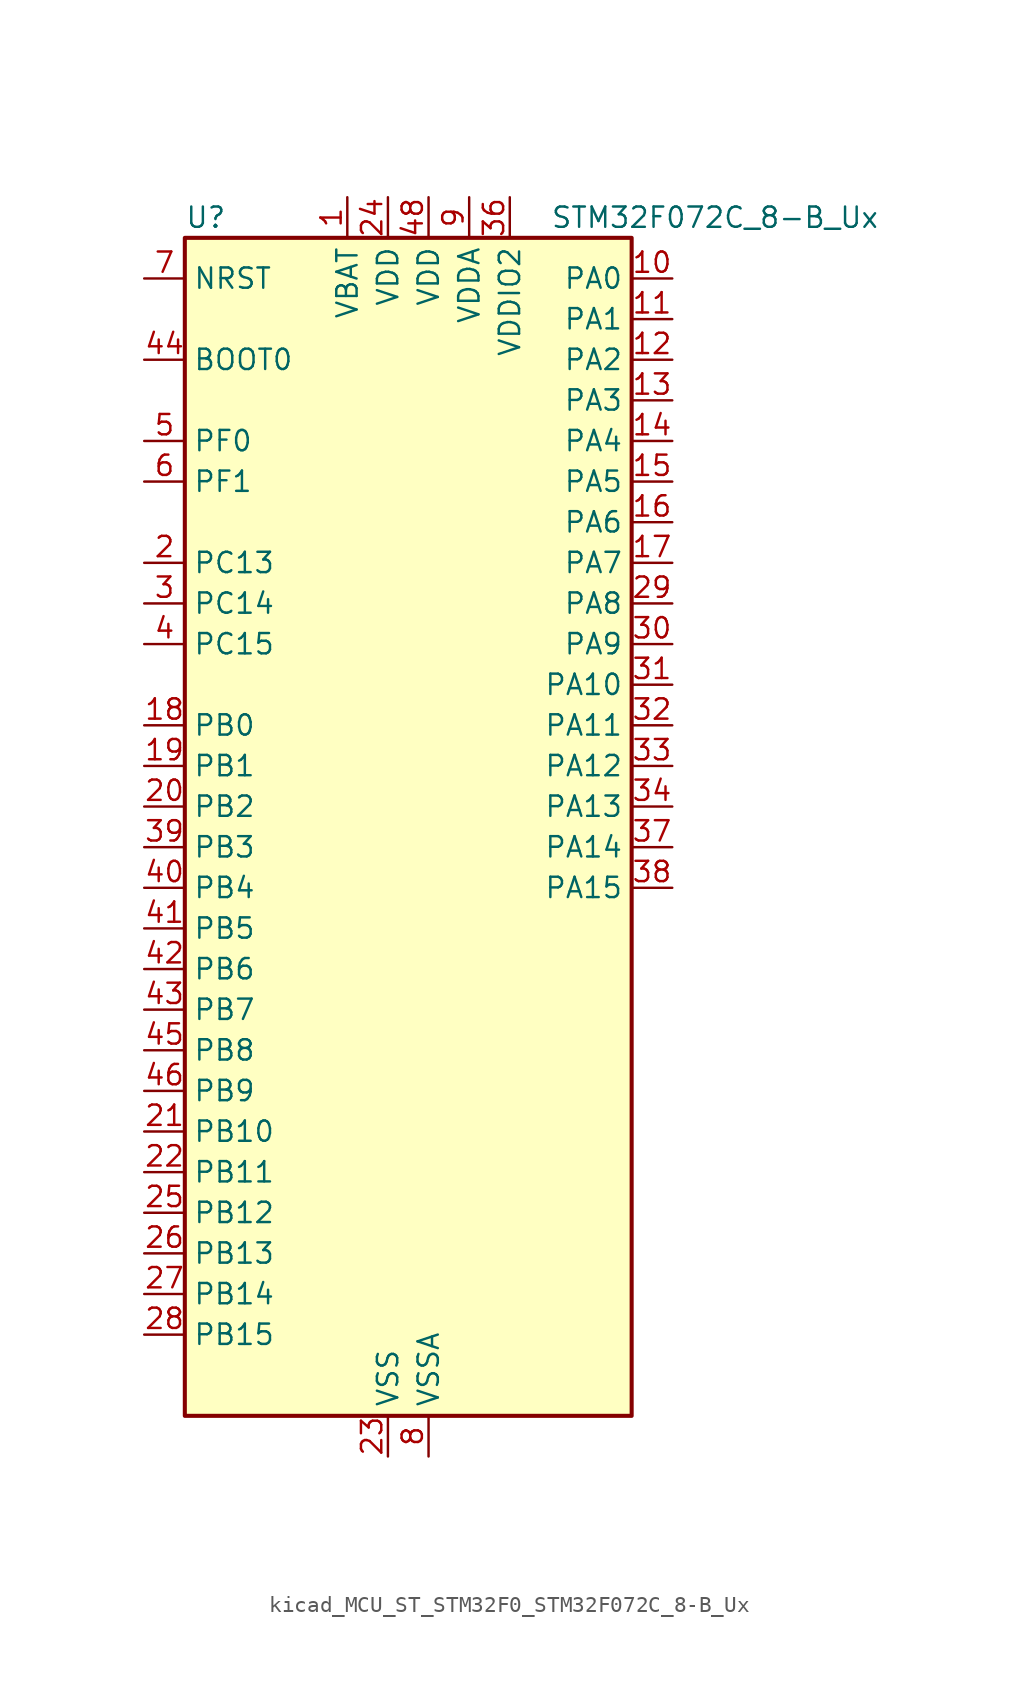
<source format=kicad_sym>
(kicad_symbol_lib
  (version 20220914)
  (generator kicad_symbol_editor)
  (symbol "kicad_MCU_ST_STM32F0_STM32F072C_8-B_Ux"
    (property "Reference" "U"
      (at -12.7 39.37 0)
      (effects (font (size 1.27 1.27)) (justify left)))
    (property "Value" "STM32F072C_8-B_Ux"
      (at 10.16 39.37 0)
      (effects (font (size 1.27 1.27)) (justify left)))
    (property "ki_locked" ""
      (at 0 0 0)
      (effects (font (size 1.27 1.27))))
    (symbol "kicad_MCU_ST_STM32F0_STM32F072C_8-B_Ux_0_1"
      (rectangle (start -12.7 -35.56) (end 15.24 38.1) (stroke (width 0.254) (type default)) (fill (type background))))
    (symbol "kicad_MCU_ST_STM32F0_STM32F072C_8-B_Ux_1_1"
      (pin power_in line (at -2.54 40.64 270) (length 2.54) (name "VBAT" (effects (font (size 1.27 1.27)))) (number "1" (effects (font (size 1.27 1.27)))))
      (pin bidirectional line (at 17.78 35.56 180) (length 2.54) (name "PA0" (effects (font (size 1.27 1.27)))) (number "10" (effects (font (size 1.27 1.27)))) (alternate "ADC_IN0" bidirectional line) (alternate "COMP1_INM" bidirectional line) (alternate "COMP1_OUT" bidirectional line) (alternate "RTC_TAMP2" bidirectional line) (alternate "SYS_WKUP1" bidirectional line) (alternate "TIM2_CH1" bidirectional line) (alternate "TIM2_ETR" bidirectional line) (alternate "TSC_G1_IO1" bidirectional line) (alternate "USART2_CTS" bidirectional line) (alternate "USART4_TX" bidirectional line))
      (pin bidirectional line (at 17.78 33.02 180) (length 2.54) (name "PA1" (effects (font (size 1.27 1.27)))) (number "11" (effects (font (size 1.27 1.27)))) (alternate "ADC_IN1" bidirectional line) (alternate "COMP1_INP" bidirectional line) (alternate "TIM15_CH1N" bidirectional line) (alternate "TIM2_CH2" bidirectional line) (alternate "TSC_G1_IO2" bidirectional line) (alternate "USART2_DE" bidirectional line) (alternate "USART2_RTS" bidirectional line) (alternate "USART4_RX" bidirectional line))
      (pin bidirectional line (at 17.78 30.48 180) (length 2.54) (name "PA2" (effects (font (size 1.27 1.27)))) (number "12" (effects (font (size 1.27 1.27)))) (alternate "ADC_IN2" bidirectional line) (alternate "COMP2_INM" bidirectional line) (alternate "COMP2_OUT" bidirectional line) (alternate "SYS_WKUP4" bidirectional line) (alternate "TIM15_CH1" bidirectional line) (alternate "TIM2_CH3" bidirectional line) (alternate "TSC_G1_IO3" bidirectional line) (alternate "USART2_TX" bidirectional line))
      (pin bidirectional line (at 17.78 27.94 180) (length 2.54) (name "PA3" (effects (font (size 1.27 1.27)))) (number "13" (effects (font (size 1.27 1.27)))) (alternate "ADC_IN3" bidirectional line) (alternate "COMP2_INP" bidirectional line) (alternate "TIM15_CH2" bidirectional line) (alternate "TIM2_CH4" bidirectional line) (alternate "TSC_G1_IO4" bidirectional line) (alternate "USART2_RX" bidirectional line))
      (pin bidirectional line (at 17.78 25.4 180) (length 2.54) (name "PA4" (effects (font (size 1.27 1.27)))) (number "14" (effects (font (size 1.27 1.27)))) (alternate "ADC_IN4" bidirectional line) (alternate "COMP1_INM" bidirectional line) (alternate "COMP2_INM" bidirectional line) (alternate "DAC_OUT1" bidirectional line) (alternate "I2S1_WS" bidirectional line) (alternate "SPI1_NSS" bidirectional line) (alternate "TIM14_CH1" bidirectional line) (alternate "TSC_G2_IO1" bidirectional line) (alternate "USART2_CK" bidirectional line))
      (pin bidirectional line (at 17.78 22.86 180) (length 2.54) (name "PA5" (effects (font (size 1.27 1.27)))) (number "15" (effects (font (size 1.27 1.27)))) (alternate "ADC_IN5" bidirectional line) (alternate "CEC" bidirectional line) (alternate "COMP1_INM" bidirectional line) (alternate "COMP2_INM" bidirectional line) (alternate "DAC_OUT2" bidirectional line) (alternate "I2S1_CK" bidirectional line) (alternate "SPI1_SCK" bidirectional line) (alternate "TIM2_CH1" bidirectional line) (alternate "TIM2_ETR" bidirectional line) (alternate "TSC_G2_IO2" bidirectional line))
      (pin bidirectional line (at 17.78 20.32 180) (length 2.54) (name "PA6" (effects (font (size 1.27 1.27)))) (number "16" (effects (font (size 1.27 1.27)))) (alternate "ADC_IN6" bidirectional line) (alternate "COMP1_OUT" bidirectional line) (alternate "I2S1_MCK" bidirectional line) (alternate "SPI1_MISO" bidirectional line) (alternate "TIM16_CH1" bidirectional line) (alternate "TIM1_BKIN" bidirectional line) (alternate "TIM3_CH1" bidirectional line) (alternate "TSC_G2_IO3" bidirectional line) (alternate "USART3_CTS" bidirectional line))
      (pin bidirectional line (at 17.78 17.78 180) (length 2.54) (name "PA7" (effects (font (size 1.27 1.27)))) (number "17" (effects (font (size 1.27 1.27)))) (alternate "ADC_IN7" bidirectional line) (alternate "COMP2_OUT" bidirectional line) (alternate "I2S1_SD" bidirectional line) (alternate "SPI1_MOSI" bidirectional line) (alternate "TIM14_CH1" bidirectional line) (alternate "TIM17_CH1" bidirectional line) (alternate "TIM1_CH1N" bidirectional line) (alternate "TIM3_CH2" bidirectional line) (alternate "TSC_G2_IO4" bidirectional line))
      (pin bidirectional line (at -15.24 7.62 0) (length 2.54) (name "PB0" (effects (font (size 1.27 1.27)))) (number "18" (effects (font (size 1.27 1.27)))) (alternate "ADC_IN8" bidirectional line) (alternate "TIM1_CH2N" bidirectional line) (alternate "TIM3_CH3" bidirectional line) (alternate "TSC_G3_IO2" bidirectional line) (alternate "USART3_CK" bidirectional line))
      (pin bidirectional line (at -15.24 5.08 0) (length 2.54) (name "PB1" (effects (font (size 1.27 1.27)))) (number "19" (effects (font (size 1.27 1.27)))) (alternate "ADC_IN9" bidirectional line) (alternate "TIM14_CH1" bidirectional line) (alternate "TIM1_CH3N" bidirectional line) (alternate "TIM3_CH4" bidirectional line) (alternate "TSC_G3_IO3" bidirectional line) (alternate "USART3_DE" bidirectional line) (alternate "USART3_RTS" bidirectional line))
      (pin bidirectional line (at -15.24 17.78 0) (length 2.54) (name "PC13" (effects (font (size 1.27 1.27)))) (number "2" (effects (font (size 1.27 1.27)))) (alternate "RTC_OUT_ALARM" bidirectional line) (alternate "RTC_OUT_CALIB" bidirectional line) (alternate "RTC_TAMP1" bidirectional line) (alternate "RTC_TS" bidirectional line) (alternate "SYS_WKUP2" bidirectional line))
      (pin bidirectional line (at -15.24 2.54 0) (length 2.54) (name "PB2" (effects (font (size 1.27 1.27)))) (number "20" (effects (font (size 1.27 1.27)))) (alternate "TSC_G3_IO4" bidirectional line))
      (pin bidirectional line (at -15.24 -17.78 0) (length 2.54) (name "PB10" (effects (font (size 1.27 1.27)))) (number "21" (effects (font (size 1.27 1.27)))) (alternate "CEC" bidirectional line) (alternate "I2C2_SCL" bidirectional line) (alternate "I2S2_CK" bidirectional line) (alternate "SPI2_SCK" bidirectional line) (alternate "TIM2_CH3" bidirectional line) (alternate "TSC_SYNC" bidirectional line) (alternate "USART3_TX" bidirectional line))
      (pin bidirectional line (at -15.24 -20.32 0) (length 2.54) (name "PB11" (effects (font (size 1.27 1.27)))) (number "22" (effects (font (size 1.27 1.27)))) (alternate "I2C2_SDA" bidirectional line) (alternate "TIM2_CH4" bidirectional line) (alternate "TSC_G6_IO1" bidirectional line) (alternate "USART3_RX" bidirectional line))
      (pin power_in line (at 0 -38.1 90) (length 2.54) (name "VSS" (effects (font (size 1.27 1.27)))) (number "23" (effects (font (size 1.27 1.27)))))
      (pin power_in line (at 0 40.64 270) (length 2.54) (name "VDD" (effects (font (size 1.27 1.27)))) (number "24" (effects (font (size 1.27 1.27)))))
      (pin bidirectional line (at -15.24 -22.86 0) (length 2.54) (name "PB12" (effects (font (size 1.27 1.27)))) (number "25" (effects (font (size 1.27 1.27)))) (alternate "I2S2_WS" bidirectional line) (alternate "SPI2_NSS" bidirectional line) (alternate "TIM15_BKIN" bidirectional line) (alternate "TIM1_BKIN" bidirectional line) (alternate "TSC_G6_IO2" bidirectional line) (alternate "USART3_CK" bidirectional line))
      (pin bidirectional line (at -15.24 -25.4 0) (length 2.54) (name "PB13" (effects (font (size 1.27 1.27)))) (number "26" (effects (font (size 1.27 1.27)))) (alternate "I2C2_SCL" bidirectional line) (alternate "I2S2_CK" bidirectional line) (alternate "SPI2_SCK" bidirectional line) (alternate "TIM1_CH1N" bidirectional line) (alternate "TSC_G6_IO3" bidirectional line) (alternate "USART3_CTS" bidirectional line))
      (pin bidirectional line (at -15.24 -27.94 0) (length 2.54) (name "PB14" (effects (font (size 1.27 1.27)))) (number "27" (effects (font (size 1.27 1.27)))) (alternate "I2C2_SDA" bidirectional line) (alternate "I2S2_MCK" bidirectional line) (alternate "SPI2_MISO" bidirectional line) (alternate "TIM15_CH1" bidirectional line) (alternate "TIM1_CH2N" bidirectional line) (alternate "TSC_G6_IO4" bidirectional line) (alternate "USART3_DE" bidirectional line) (alternate "USART3_RTS" bidirectional line))
      (pin bidirectional line (at -15.24 -30.48 0) (length 2.54) (name "PB15" (effects (font (size 1.27 1.27)))) (number "28" (effects (font (size 1.27 1.27)))) (alternate "I2S2_SD" bidirectional line) (alternate "RTC_REFIN" bidirectional line) (alternate "SPI2_MOSI" bidirectional line) (alternate "SYS_WKUP7" bidirectional line) (alternate "TIM15_CH1N" bidirectional line) (alternate "TIM15_CH2" bidirectional line) (alternate "TIM1_CH3N" bidirectional line))
      (pin bidirectional line (at 17.78 15.24 180) (length 2.54) (name "PA8" (effects (font (size 1.27 1.27)))) (number "29" (effects (font (size 1.27 1.27)))) (alternate "CRS_SYNC" bidirectional line) (alternate "RCC_MCO" bidirectional line) (alternate "TIM1_CH1" bidirectional line) (alternate "USART1_CK" bidirectional line))
      (pin bidirectional line (at -15.24 15.24 0) (length 2.54) (name "PC14" (effects (font (size 1.27 1.27)))) (number "3" (effects (font (size 1.27 1.27)))) (alternate "RCC_OSC32_IN" bidirectional line))
      (pin bidirectional line (at 17.78 12.7 180) (length 2.54) (name "PA9" (effects (font (size 1.27 1.27)))) (number "30" (effects (font (size 1.27 1.27)))) (alternate "DAC_EXTI9" bidirectional line) (alternate "TIM15_BKIN" bidirectional line) (alternate "TIM1_CH2" bidirectional line) (alternate "TSC_G4_IO1" bidirectional line) (alternate "USART1_TX" bidirectional line))
      (pin bidirectional line (at 17.78 10.16 180) (length 2.54) (name "PA10" (effects (font (size 1.27 1.27)))) (number "31" (effects (font (size 1.27 1.27)))) (alternate "TIM17_BKIN" bidirectional line) (alternate "TIM1_CH3" bidirectional line) (alternate "TSC_G4_IO2" bidirectional line) (alternate "USART1_RX" bidirectional line))
      (pin bidirectional line (at 17.78 7.62 180) (length 2.54) (name "PA11" (effects (font (size 1.27 1.27)))) (number "32" (effects (font (size 1.27 1.27)))) (alternate "CAN_RX" bidirectional line) (alternate "COMP1_OUT" bidirectional line) (alternate "TIM1_CH4" bidirectional line) (alternate "TSC_G4_IO3" bidirectional line) (alternate "USART1_CTS" bidirectional line) (alternate "USB_DM" bidirectional line))
      (pin bidirectional line (at 17.78 5.08 180) (length 2.54) (name "PA12" (effects (font (size 1.27 1.27)))) (number "33" (effects (font (size 1.27 1.27)))) (alternate "CAN_TX" bidirectional line) (alternate "COMP2_OUT" bidirectional line) (alternate "TIM1_ETR" bidirectional line) (alternate "TSC_G4_IO4" bidirectional line) (alternate "USART1_DE" bidirectional line) (alternate "USART1_RTS" bidirectional line) (alternate "USB_DP" bidirectional line))
      (pin bidirectional line (at 17.78 2.54 180) (length 2.54) (name "PA13" (effects (font (size 1.27 1.27)))) (number "34" (effects (font (size 1.27 1.27)))) (alternate "IR_OUT" bidirectional line) (alternate "SYS_SWDIO" bidirectional line) (alternate "USB_NOE" bidirectional line))
      (pin passive line (at 0 -38.1 90) (length 2.54) hide (name "VSS" (effects (font (size 1.27 1.27)))) (number "35" (effects (font (size 1.27 1.27)))))
      (pin power_in line (at 7.62 40.64 270) (length 2.54) (name "VDDIO2" (effects (font (size 1.27 1.27)))) (number "36" (effects (font (size 1.27 1.27)))))
      (pin bidirectional line (at 17.78 0 180) (length 2.54) (name "PA14" (effects (font (size 1.27 1.27)))) (number "37" (effects (font (size 1.27 1.27)))) (alternate "SYS_SWCLK" bidirectional line) (alternate "USART2_TX" bidirectional line))
      (pin bidirectional line (at 17.78 -2.54 180) (length 2.54) (name "PA15" (effects (font (size 1.27 1.27)))) (number "38" (effects (font (size 1.27 1.27)))) (alternate "I2S1_WS" bidirectional line) (alternate "SPI1_NSS" bidirectional line) (alternate "TIM2_CH1" bidirectional line) (alternate "TIM2_ETR" bidirectional line) (alternate "USART2_RX" bidirectional line) (alternate "USART4_DE" bidirectional line) (alternate "USART4_RTS" bidirectional line))
      (pin bidirectional line (at -15.24 0 0) (length 2.54) (name "PB3" (effects (font (size 1.27 1.27)))) (number "39" (effects (font (size 1.27 1.27)))) (alternate "I2S1_CK" bidirectional line) (alternate "SPI1_SCK" bidirectional line) (alternate "TIM2_CH2" bidirectional line) (alternate "TSC_G5_IO1" bidirectional line))
      (pin bidirectional line (at -15.24 12.7 0) (length 2.54) (name "PC15" (effects (font (size 1.27 1.27)))) (number "4" (effects (font (size 1.27 1.27)))) (alternate "RCC_OSC32_OUT" bidirectional line))
      (pin bidirectional line (at -15.24 -2.54 0) (length 2.54) (name "PB4" (effects (font (size 1.27 1.27)))) (number "40" (effects (font (size 1.27 1.27)))) (alternate "I2S1_MCK" bidirectional line) (alternate "SPI1_MISO" bidirectional line) (alternate "TIM17_BKIN" bidirectional line) (alternate "TIM3_CH1" bidirectional line) (alternate "TSC_G5_IO2" bidirectional line))
      (pin bidirectional line (at -15.24 -5.08 0) (length 2.54) (name "PB5" (effects (font (size 1.27 1.27)))) (number "41" (effects (font (size 1.27 1.27)))) (alternate "I2C1_SMBA" bidirectional line) (alternate "I2S1_SD" bidirectional line) (alternate "SPI1_MOSI" bidirectional line) (alternate "SYS_WKUP6" bidirectional line) (alternate "TIM16_BKIN" bidirectional line) (alternate "TIM3_CH2" bidirectional line))
      (pin bidirectional line (at -15.24 -7.62 0) (length 2.54) (name "PB6" (effects (font (size 1.27 1.27)))) (number "42" (effects (font (size 1.27 1.27)))) (alternate "I2C1_SCL" bidirectional line) (alternate "TIM16_CH1N" bidirectional line) (alternate "TSC_G5_IO3" bidirectional line) (alternate "USART1_TX" bidirectional line))
      (pin bidirectional line (at -15.24 -10.16 0) (length 2.54) (name "PB7" (effects (font (size 1.27 1.27)))) (number "43" (effects (font (size 1.27 1.27)))) (alternate "I2C1_SDA" bidirectional line) (alternate "TIM17_CH1N" bidirectional line) (alternate "TSC_G5_IO4" bidirectional line) (alternate "USART1_RX" bidirectional line) (alternate "USART4_CTS" bidirectional line))
      (pin input line (at -15.24 30.48 0) (length 2.54) (name "BOOT0" (effects (font (size 1.27 1.27)))) (number "44" (effects (font (size 1.27 1.27)))))
      (pin bidirectional line (at -15.24 -12.7 0) (length 2.54) (name "PB8" (effects (font (size 1.27 1.27)))) (number "45" (effects (font (size 1.27 1.27)))) (alternate "CAN_RX" bidirectional line) (alternate "CEC" bidirectional line) (alternate "I2C1_SCL" bidirectional line) (alternate "TIM16_CH1" bidirectional line) (alternate "TSC_SYNC" bidirectional line))
      (pin bidirectional line (at -15.24 -15.24 0) (length 2.54) (name "PB9" (effects (font (size 1.27 1.27)))) (number "46" (effects (font (size 1.27 1.27)))) (alternate "CAN_TX" bidirectional line) (alternate "DAC_EXTI9" bidirectional line) (alternate "I2C1_SDA" bidirectional line) (alternate "I2S2_WS" bidirectional line) (alternate "IR_OUT" bidirectional line) (alternate "SPI2_NSS" bidirectional line) (alternate "TIM17_CH1" bidirectional line))
      (pin passive line (at 0 -38.1 90) (length 2.54) hide (name "VSS" (effects (font (size 1.27 1.27)))) (number "47" (effects (font (size 1.27 1.27)))))
      (pin power_in line (at 2.54 40.64 270) (length 2.54) (name "VDD" (effects (font (size 1.27 1.27)))) (number "48" (effects (font (size 1.27 1.27)))))
      (pin passive line (at 0 -38.1 90) (length 2.54) hide (name "VSS" (effects (font (size 1.27 1.27)))) (number "49" (effects (font (size 1.27 1.27)))))
      (pin bidirectional line (at -15.24 25.4 0) (length 2.54) (name "PF0" (effects (font (size 1.27 1.27)))) (number "5" (effects (font (size 1.27 1.27)))) (alternate "CRS_SYNC" bidirectional line) (alternate "RCC_OSC_IN" bidirectional line))
      (pin bidirectional line (at -15.24 22.86 0) (length 2.54) (name "PF1" (effects (font (size 1.27 1.27)))) (number "6" (effects (font (size 1.27 1.27)))) (alternate "RCC_OSC_OUT" bidirectional line))
      (pin input line (at -15.24 35.56 0) (length 2.54) (name "NRST" (effects (font (size 1.27 1.27)))) (number "7" (effects (font (size 1.27 1.27)))))
      (pin power_in line (at 2.54 -38.1 90) (length 2.54) (name "VSSA" (effects (font (size 1.27 1.27)))) (number "8" (effects (font (size 1.27 1.27)))))
      (pin power_in line (at 5.08 40.64 270) (length 2.54) (name "VDDA" (effects (font (size 1.27 1.27)))) (number "9" (effects (font (size 1.27 1.27))))))))
</source>
